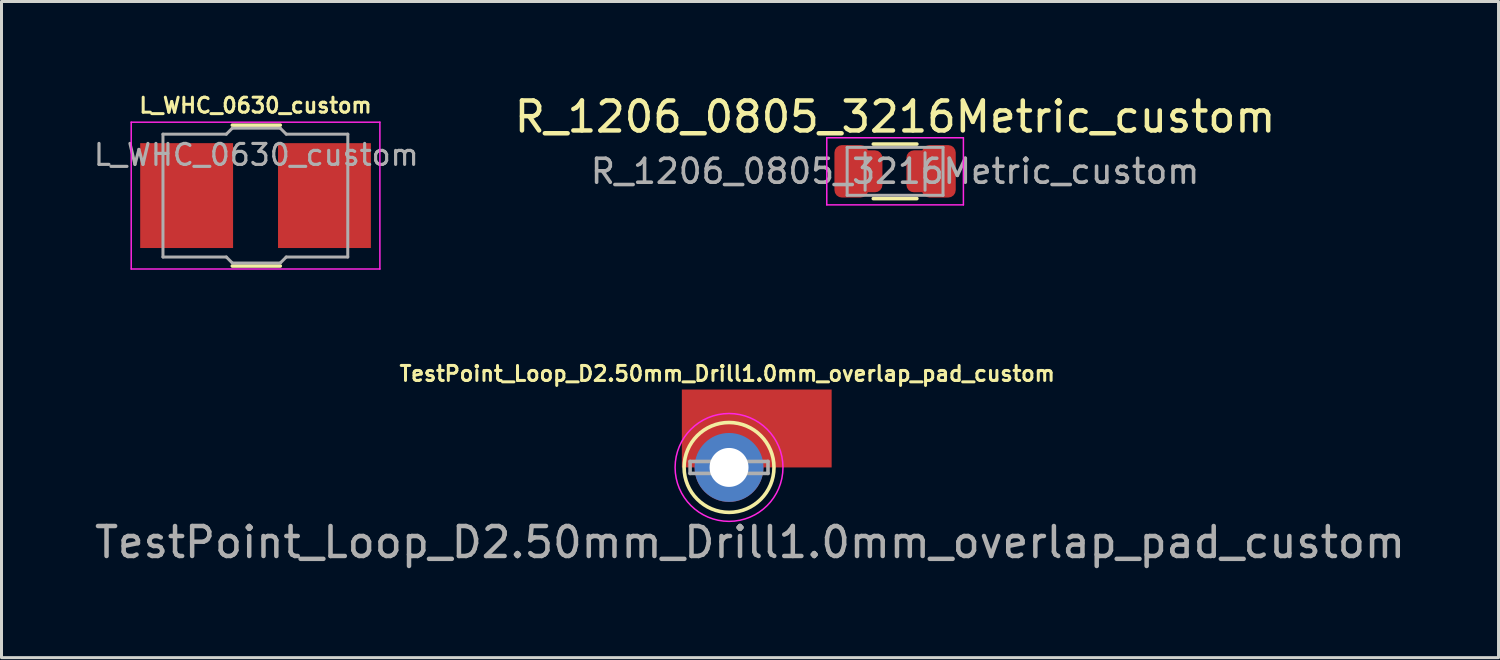
<source format=kicad_pcb>
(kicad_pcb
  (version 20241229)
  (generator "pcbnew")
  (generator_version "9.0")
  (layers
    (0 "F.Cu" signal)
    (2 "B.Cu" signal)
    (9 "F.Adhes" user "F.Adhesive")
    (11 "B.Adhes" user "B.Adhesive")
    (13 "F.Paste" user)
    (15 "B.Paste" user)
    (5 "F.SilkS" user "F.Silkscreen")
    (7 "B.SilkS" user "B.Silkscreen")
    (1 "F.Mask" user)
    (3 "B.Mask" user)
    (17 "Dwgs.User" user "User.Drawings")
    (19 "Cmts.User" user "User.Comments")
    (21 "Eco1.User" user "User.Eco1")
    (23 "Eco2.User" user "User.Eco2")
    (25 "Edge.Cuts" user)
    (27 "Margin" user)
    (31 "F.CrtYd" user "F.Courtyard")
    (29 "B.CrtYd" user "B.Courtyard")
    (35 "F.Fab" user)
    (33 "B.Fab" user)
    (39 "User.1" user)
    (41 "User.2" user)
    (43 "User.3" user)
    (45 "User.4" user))
  (footprint "R_1206_0805_3216Metric_custom"
    (layer "F.Cu")
    (at 26.824 2.668)
    (property "Reference" "R_1206_0805_3216Metric_custom" (at 0 -1.82 0) (layer "F.SilkS") (effects (font (size 1 1) (thickness 0.15))))
    (attr smd)
    (fp_line (start -0.727 -0.91) (end 0.727 -0.91) (stroke (width 0.12) (type solid)) (layer "F.SilkS"))
    (fp_line (start -0.727 0.91) (end 0.727 0.91) (stroke (width 0.12) (type solid)) (layer "F.SilkS"))
    (fp_line (start -2.28 -1.12) (end 2.28 -1.12) (stroke (width 0.05) (type solid)) (layer "F.CrtYd"))
    (fp_line (start -2.28 1.12) (end -2.28 -1.12) (stroke (width 0.05) (type solid)) (layer "F.CrtYd"))
    (fp_line (start 2.28 -1.12) (end 2.28 1.12) (stroke (width 0.05) (type solid)) (layer "F.CrtYd"))
    (fp_line (start 2.28 1.12) (end -2.28 1.12) (stroke (width 0.05) (type solid)) (layer "F.CrtYd"))
    (fp_line (start -1.6 -0.8) (end 1.6 -0.8) (stroke (width 0.1) (type solid)) (layer "F.Fab"))
    (fp_line (start -1.6 0.8) (end -1.6 -0.8) (stroke (width 0.1) (type solid)) (layer "F.Fab"))
    (fp_line (start -1 0.63) (end -1 -0.62) (stroke (width 0.1) (type solid)) (layer "F.Fab"))
    (fp_line (start 1 -0.62) (end 1 0.63) (stroke (width 0.1) (type solid)) (layer "F.Fab"))
    (fp_line (start 1.6 -0.8) (end 1.6 0.8) (stroke (width 0.1) (type solid)) (layer "F.Fab"))
    (fp_line (start 1.6 0.8) (end -1.6 0.8) (stroke (width 0.1) (type solid)) (layer "F.Fab"))
    (fp_text user "${REFERENCE}" (at 0 0 0) (layer "F.Fab") (effects (font (size 0.8 0.8) (thickness 0.12))))
    (pad "1" smd roundrect (at -1.462 0) (size 1.125 1.75) (layers "F.Cu" "F.Mask" "F.Paste") (roundrect_rratio 0.222))
    (pad "1" smd roundrect (at -0.935 0) (size 1.025 1.4) (layers "F.Cu" "F.Mask" "F.Paste") (roundrect_rratio 0.244))
    (pad "2" smd roundrect (at 0.89 0) (size 1.025 1.4) (layers "F.Cu" "F.Mask" "F.Paste") (roundrect_rratio 0.244))
    (pad "2" smd roundrect (at 1.462 0) (size 1.125 1.75) (layers "F.Cu" "F.Mask" "F.Paste") (roundrect_rratio 0.222)))
  (footprint "TestPoint_Loop_D2.50mm_Drill1.0mm_overlap_pad_custom"
    (layer "F.Cu")
    (at 21.282 12.551)
    (property "Reference" "TestPoint_Loop_D2.50mm_Drill1.0mm_overlap_pad_custom" (at -0.06 -3.13 0) (layer "F.SilkS") (effects (font (size 0.5 0.5) (thickness 0.1))))
    (attr through_hole)
    (fp_circle (center 0 0) (end 1.5 0) (stroke (width 0.12) (type solid)) (fill no) (layer "F.SilkS"))
    (fp_circle (center 0 0) (end 1.8 0) (stroke (width 0.05) (type solid)) (fill no) (layer "F.CrtYd"))
    (fp_line (start -1.3 -0.2) (end -1.3 0.2) (stroke (width 0.12) (type solid)) (layer "F.Fab"))
    (fp_line (start -1.3 0.2) (end 1.3 0.2) (stroke (width 0.12) (type solid)) (layer "F.Fab"))
    (fp_line (start 1.3 -0.2) (end -1.3 -0.2) (stroke (width 0.12) (type solid)) (layer "F.Fab"))
    (fp_line (start 1.3 0.2) (end 1.3 -0.2) (stroke (width 0.12) (type solid)) (layer "F.Fab"))
    (fp_text user "${REFERENCE}" (at 0.7 2.5 0) (layer "F.Fab") (effects (font (size 1 1) (thickness 0.15))))
    (pad "1" thru_hole circle (at 0 0) (size 2.3 2.3) (drill 1.3) (property pad_prop_testpoint) (layers "*.Cu" "*.Mask"))
    (pad "1" smd rect (at 0.925 -1.3) (size 5 2.6) (layers "F.Cu" "F.Mask" "F.Paste")))
  (footprint "L_WHC_0630_custom"
    (layer "F.Cu")
    (at 5.479 3.478)
    (property "Reference" "L_WHC_0630_custom" (at 0 -3.01 180) (layer "F.SilkS") (effects (font (size 0.5 0.5) (thickness 0.1))))
    (attr smd)
    (fp_line (start -0.775 -2.35) (end 0.825 -2.35) (stroke (width 0.12) (type solid)) (layer "F.SilkS"))
    (fp_line (start -0.775 2.35) (end 0.825 2.35) (stroke (width 0.12) (type solid)) (layer "F.SilkS"))
    (fp_line (start -4.15 -2.45) (end -4.15 2.45) (stroke (width 0.05) (type solid)) (layer "F.CrtYd"))
    (fp_line (start -4.15 2.45) (end 4.15 2.45) (stroke (width 0.05) (type solid)) (layer "F.CrtYd"))
    (fp_line (start 4.15 -2.45) (end -4.15 -2.45) (stroke (width 0.05) (type solid)) (layer "F.CrtYd"))
    (fp_line (start 4.15 2.45) (end 4.15 -2.45) (stroke (width 0.05) (type solid)) (layer "F.CrtYd"))
    (fp_line (start -3.09 -2.05) (end -3.09 2.05) (stroke (width 0.1) (type solid)) (layer "F.Fab"))
    (fp_line (start -3.09 2.05) (end -0.975 2.05) (stroke (width 0.1) (type solid)) (layer "F.Fab"))
    (fp_line (start -0.975 -2.05) (end -3.09 -2.05) (stroke (width 0.1) (type solid)) (layer "F.Fab"))
    (fp_line (start -0.975 2.05) (end -0.775 2.25) (stroke (width 0.1) (type solid)) (layer "F.Fab"))
    (fp_line (start -0.775 -2.25) (end -0.975 -2.05) (stroke (width 0.1) (type solid)) (layer "F.Fab"))
    (fp_line (start -0.775 2.25) (end 0.825 2.25) (stroke (width 0.1) (type solid)) (layer "F.Fab"))
    (fp_line (start 0.825 -2.25) (end -0.775 -2.25) (stroke (width 0.1) (type solid)) (layer "F.Fab"))
    (fp_line (start 0.825 2.25) (end 1.025 2.05) (stroke (width 0.1) (type solid)) (layer "F.Fab"))
    (fp_line (start 1.022 2.05) (end 3.078 2.05) (stroke (width 0.1) (type solid)) (layer "F.Fab"))
    (fp_line (start 1.025 -2.05) (end 0.825 -2.25) (stroke (width 0.1) (type solid)) (layer "F.Fab"))
    (fp_line (start 3.078 2.05) (end 3.08 -2.05) (stroke (width 0.1) (type solid)) (layer "F.Fab"))
    (fp_line (start 3.08 -2.05) (end 1.025 -2.05) (stroke (width 0.1) (type solid)) (layer "F.Fab"))
    (fp_text user "${REFERENCE}" (at 0.025 -1.36 180) (layer "F.Fab") (effects (font (size 0.7 0.7) (thickness 0.105))))
    (pad "1" smd rect (at -2.3 0) (size 3.1 3.5) (layers "F.Cu" "F.Mask" "F.Paste"))
    (pad "2" smd rect (at 2.3 0) (size 3.1 3.5) (layers "F.Cu" "F.Mask" "F.Paste")))
  (gr_rect
    (start -3 -3)
    (end 46.964 18.899)
    (stroke (width 0.1) (type default))
    (fill no)
    (layer "Edge.Cuts")))
</source>
